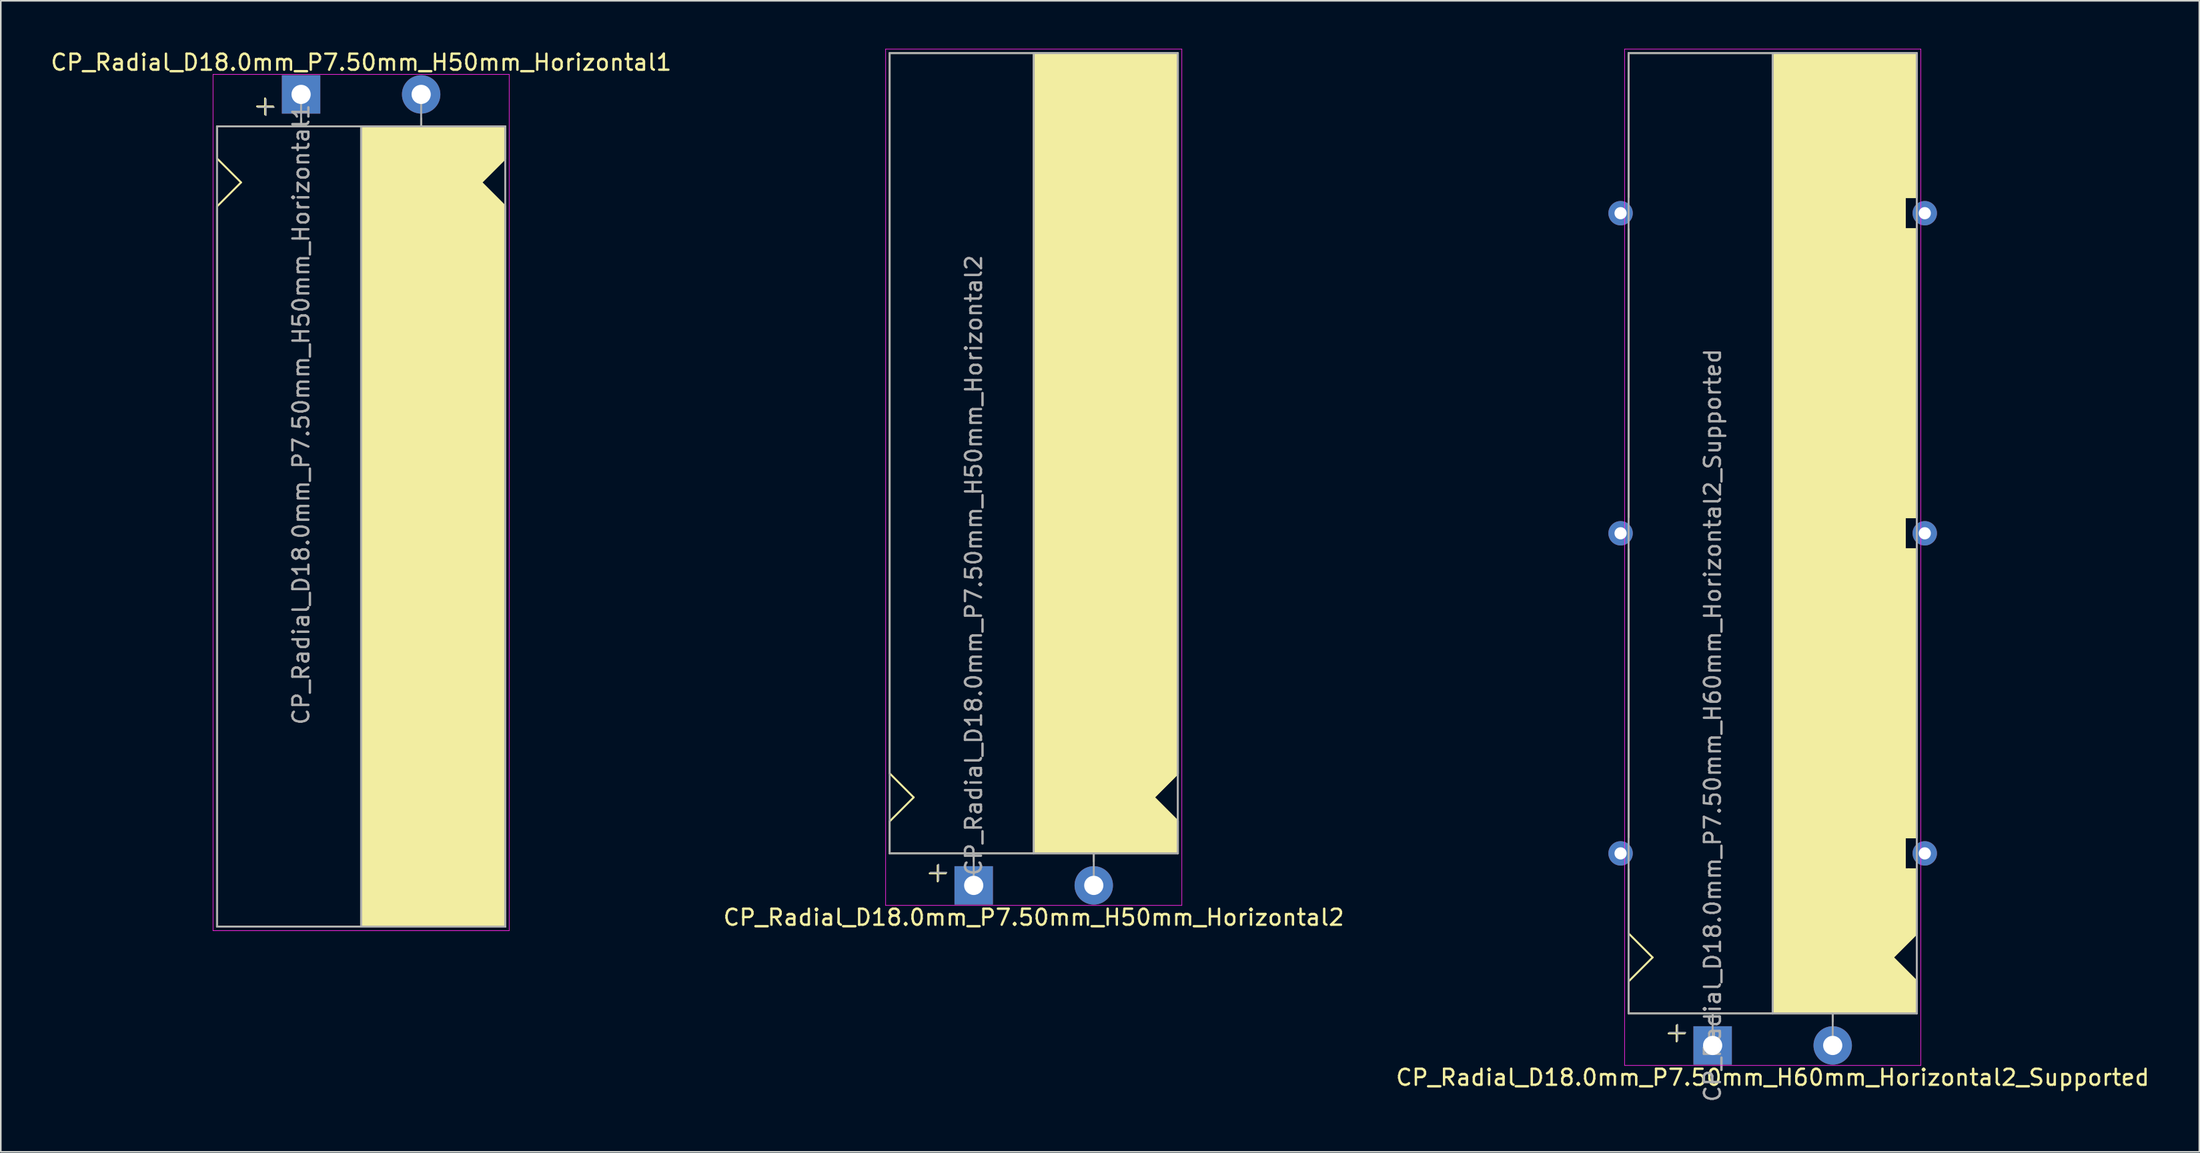
<source format=kicad_pcb>
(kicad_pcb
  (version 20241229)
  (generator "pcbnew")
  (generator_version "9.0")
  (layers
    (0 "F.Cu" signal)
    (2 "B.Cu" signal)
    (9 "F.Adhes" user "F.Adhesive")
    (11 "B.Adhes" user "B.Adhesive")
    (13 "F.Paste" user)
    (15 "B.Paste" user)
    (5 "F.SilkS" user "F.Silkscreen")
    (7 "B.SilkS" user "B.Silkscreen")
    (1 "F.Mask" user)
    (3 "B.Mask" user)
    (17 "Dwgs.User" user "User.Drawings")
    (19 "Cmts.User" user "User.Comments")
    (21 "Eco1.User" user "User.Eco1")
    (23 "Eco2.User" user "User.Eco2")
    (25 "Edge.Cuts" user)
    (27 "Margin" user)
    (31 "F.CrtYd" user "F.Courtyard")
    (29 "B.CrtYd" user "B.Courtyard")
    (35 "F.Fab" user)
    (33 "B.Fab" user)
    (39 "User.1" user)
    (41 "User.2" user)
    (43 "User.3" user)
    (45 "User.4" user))
  (footprint "CP_Radial_D18.0mm_P7.50mm_H60mm_Horizontal2_Supported"
    (layer "F.Cu")
    (at 103.923 62.27)
    (property "Reference" "CP_Radial_D18.0mm_P7.50mm_H60mm_Horizontal2_Supported" (at 3.75 2 0) (layer "F.SilkS") (effects (font (size 1 1) (thickness 0.15))))
    (attr through_hole)
    (fp_line (start -5.25 -62) (end 12.75 -62) (stroke (width 0.12) (type solid)) (layer "F.SilkS"))
    (fp_line (start -5.25 -53) (end -5.25 -62) (stroke (width 0.12) (type solid)) (layer "F.SilkS"))
    (fp_line (start -5.25 -33) (end -5.25 -51) (stroke (width 0.12) (type solid)) (layer "F.SilkS"))
    (fp_line (start -5.25 -13) (end -5.25 -31) (stroke (width 0.12) (type solid)) (layer "F.SilkS"))
    (fp_line (start -5.25 -11) (end -5.25 -7) (stroke (width 0.12) (type solid)) (layer "F.SilkS"))
    (fp_line (start -5.25 -7) (end -3.75 -5.5) (stroke (width 0.12) (type solid)) (layer "F.SilkS"))
    (fp_line (start -5.25 -4) (end -3.75 -5.5) (stroke (width 0.12) (type solid)) (layer "F.SilkS"))
    (fp_line (start -5.25 -2) (end -5.25 -4) (stroke (width 0.12) (type solid)) (layer "F.SilkS"))
    (fp_line (start -5.25 -2) (end 12.75 -2) (stroke (width 0.12) (type solid)) (layer "F.SilkS"))
    (fp_line (start -2.25 -1.25) (end -2.25 -0.25) (stroke (width 0.12) (type solid)) (layer "F.SilkS"))
    (fp_line (start -1.75 -0.75) (end -2.75 -0.75) (stroke (width 0.12) (type solid)) (layer "F.SilkS"))
    (fp_line (start 0 -1.5) (end 0 -2) (stroke (width 0.12) (type solid)) (layer "F.SilkS"))
    (fp_line (start 3.75 -2) (end 3.75 -62) (stroke (width 0.12) (type solid)) (layer "F.SilkS"))
    (fp_line (start 7.5 -1.5) (end 7.5 -2) (stroke (width 0.12) (type solid)) (layer "F.SilkS"))
    (fp_line (start 12 -53) (end 12.75 -53) (stroke (width 0.12) (type solid)) (layer "F.SilkS"))
    (fp_line (start 12 -51) (end 12 -53) (stroke (width 0.12) (type solid)) (layer "F.SilkS"))
    (fp_line (start 12 -33) (end 12.75 -33) (stroke (width 0.12) (type solid)) (layer "F.SilkS"))
    (fp_line (start 12 -31) (end 12 -33) (stroke (width 0.12) (type solid)) (layer "F.SilkS"))
    (fp_line (start 12 -13) (end 12.75 -13) (stroke (width 0.12) (type solid)) (layer "F.SilkS"))
    (fp_line (start 12 -11) (end 12 -13) (stroke (width 0.12) (type solid)) (layer "F.SilkS"))
    (fp_line (start 12.25 -11) (end 12 -11) (stroke (width 0.12) (type solid)) (layer "F.SilkS"))
    (fp_line (start 12.75 -53) (end 12.75 -62) (stroke (width 0.12) (type solid)) (layer "F.SilkS"))
    (fp_line (start 12.75 -51) (end 12 -51) (stroke (width 0.12) (type solid)) (layer "F.SilkS"))
    (fp_line (start 12.75 -33) (end 12.75 -51) (stroke (width 0.12) (type solid)) (layer "F.SilkS"))
    (fp_line (start 12.75 -31) (end 12 -31) (stroke (width 0.12) (type solid)) (layer "F.SilkS"))
    (fp_line (start 12.75 -13) (end 12.75 -31) (stroke (width 0.12) (type solid)) (layer "F.SilkS"))
    (fp_line (start 12.75 -11) (end 12.25 -11) (stroke (width 0.12) (type solid)) (layer "F.SilkS"))
    (fp_line (start 12.75 -11) (end 12.75 -7) (stroke (width 0.12) (type solid)) (layer "F.SilkS"))
    (fp_line (start 12.75 -7) (end 11.25 -5.5) (stroke (width 0.12) (type solid)) (layer "F.SilkS"))
    (fp_line (start 12.75 -4) (end 11.25 -5.5) (stroke (width 0.12) (type solid)) (layer "F.SilkS"))
    (fp_line (start 12.75 -2) (end 12.75 -4) (stroke (width 0.12) (type solid)) (layer "F.SilkS"))
    (fp_poly (pts (xy 12.75 -4) (xy 11.25 -5.5) (xy 12.75 -7) (xy 12.75 -11) (xy 12 -11) (xy 12 -13) (xy 12.75 -13) (xy 12.75 -31) (xy 12 -31) (xy 12 -33) (xy 12.75 -33) (xy 12.75 -51) (xy 12 -51) (xy 12 -53) (xy 12.75 -53) (xy 12.75 -62) (xy 3.75 -62) (xy 3.75 -2) (xy 12.75 -2)) (stroke (width 0.1) (type solid)) (fill yes) (layer "F.SilkS"))
    (fp_line (start -5.5 -62.25) (end 13 -62.25) (stroke (width 0.04) (type solid)) (layer "F.CrtYd"))
    (fp_line (start -5.5 1.25) (end -5.5 -62.25) (stroke (width 0.04) (type solid)) (layer "F.CrtYd"))
    (fp_line (start 13 -62.25) (end 13 1.25) (stroke (width 0.04) (type solid)) (layer "F.CrtYd"))
    (fp_line (start 13 1.25) (end -5.5 1.25) (stroke (width 0.04) (type solid)) (layer "F.CrtYd"))
    (fp_line (start -5.25 -62) (end 12.75 -62) (stroke (width 0.12) (type solid)) (layer "F.Fab"))
    (fp_line (start -5.25 -2) (end -5.25 -62) (stroke (width 0.12) (type solid)) (layer "F.Fab"))
    (fp_line (start -2.7 -0.8) (end -1.7 -0.8) (stroke (width 0.1) (type solid)) (layer "F.Fab"))
    (fp_line (start -2.2 -0.3) (end -2.2 -1.3) (stroke (width 0.1) (type solid)) (layer "F.Fab"))
    (fp_line (start 0 0) (end 0 -2) (stroke (width 0.12) (type solid)) (layer "F.Fab"))
    (fp_line (start 3.75 -2) (end 3.75 -62) (stroke (width 0.12) (type solid)) (layer "F.Fab"))
    (fp_line (start 7.5 0) (end 7.5 -2) (stroke (width 0.12) (type solid)) (layer "F.Fab"))
    (fp_line (start 12.75 -62) (end 12.75 -2) (stroke (width 0.12) (type solid)) (layer "F.Fab"))
    (fp_line (start 12.75 -2) (end -5.25 -2) (stroke (width 0.12) (type solid)) (layer "F.Fab"))
    (fp_poly (pts (xy 12.75 -62) (xy 3.75 -62) (xy 3.75 -2) (xy 12.75 -2)) (stroke (width 0.1) (type solid)) (fill no) (layer "F.Fab"))
    (fp_text user "${REFERENCE}" (at 0 -20 90) (layer "F.Fab") (effects (font (size 1 1) (thickness 0.15))))
    (pad "" thru_hole circle (at -5.75 -52 180) (size 1.524 1.524) (drill 0.762) (layers "*.Cu" "*.Mask"))
    (pad "" thru_hole circle (at -5.75 -32 180) (size 1.524 1.524) (drill 0.762) (layers "*.Cu" "*.Mask"))
    (pad "" thru_hole circle (at -5.75 -12 180) (size 1.524 1.524) (drill 0.762) (layers "*.Cu" "*.Mask"))
    (pad "" thru_hole circle (at 13.25 -52 180) (size 1.524 1.524) (drill 0.762) (layers "*.Cu" "*.Mask"))
    (pad "" thru_hole circle (at 13.25 -32 180) (size 1.524 1.524) (drill 0.762) (layers "*.Cu" "*.Mask"))
    (pad "" thru_hole circle (at 13.25 -12 180) (size 1.524 1.524) (drill 0.762) (layers "*.Cu" "*.Mask"))
    (pad "1" thru_hole rect (at 0 0) (size 2.4 2.4) (drill 1.2) (layers "*.Cu" "*.Mask"))
    (pad "2" thru_hole circle (at 7.5 0) (size 2.4 2.4) (drill 1.2) (layers "*.Cu" "*.Mask")))
  (footprint "CP_Radial_D18.0mm_P7.50mm_H50mm_Horizontal1"
    (layer "F.Cu")
    (at 15.756 2.848)
    (property "Reference" "CP_Radial_D18.0mm_P7.50mm_H50mm_Horizontal1" (at 3.75 -2 0) (layer "F.SilkS") (effects (font (size 1 1) (thickness 0.15))))
    (attr through_hole)
    (fp_line (start -5.25 2) (end -5.25 4) (stroke (width 0.12) (type solid)) (layer "F.SilkS"))
    (fp_line (start -5.25 2) (end 12.75 2) (stroke (width 0.12) (type solid)) (layer "F.SilkS"))
    (fp_line (start -5.25 4) (end -3.75 5.5) (stroke (width 0.12) (type solid)) (layer "F.SilkS"))
    (fp_line (start -5.25 7) (end -5.25 52) (stroke (width 0.12) (type solid)) (layer "F.SilkS"))
    (fp_line (start -5.25 7) (end -3.75 5.5) (stroke (width 0.12) (type solid)) (layer "F.SilkS"))
    (fp_line (start -5.25 52) (end 12.75 52) (stroke (width 0.12) (type solid)) (layer "F.SilkS"))
    (fp_line (start -2.25 0.25) (end -2.25 1.25) (stroke (width 0.12) (type solid)) (layer "F.SilkS"))
    (fp_line (start -1.75 0.75) (end -2.75 0.75) (stroke (width 0.12) (type solid)) (layer "F.SilkS"))
    (fp_line (start 0 1.5) (end 0 2) (stroke (width 0.12) (type solid)) (layer "F.SilkS"))
    (fp_line (start 3.75 2) (end 3.75 52) (stroke (width 0.12) (type solid)) (layer "F.SilkS"))
    (fp_line (start 7.5 1.5) (end 7.5 2) (stroke (width 0.12) (type solid)) (layer "F.SilkS"))
    (fp_line (start 12.75 2) (end 12.75 4) (stroke (width 0.12) (type solid)) (layer "F.SilkS"))
    (fp_line (start 12.75 4) (end 11.25 5.5) (stroke (width 0.12) (type solid)) (layer "F.SilkS"))
    (fp_line (start 12.75 7) (end 11.25 5.5) (stroke (width 0.12) (type solid)) (layer "F.SilkS"))
    (fp_line (start 12.75 52) (end 12.75 7) (stroke (width 0.12) (type solid)) (layer "F.SilkS"))
    (fp_poly (pts (xy 12.75 4) (xy 11.25 5.5) (xy 12.75 7) (xy 12.75 52) (xy 3.75 52) (xy 3.75 2) (xy 12.75 2)) (stroke (width 0.1) (type solid)) (fill yes) (layer "F.SilkS"))
    (fp_line (start -5.5 -1.25) (end -5.5 52.25) (stroke (width 0.04) (type solid)) (layer "F.CrtYd"))
    (fp_line (start -5.5 52.25) (end 13 52.25) (stroke (width 0.04) (type solid)) (layer "F.CrtYd"))
    (fp_line (start 13 -1.25) (end -5.5 -1.25) (stroke (width 0.04) (type solid)) (layer "F.CrtYd"))
    (fp_line (start 13 52.25) (end 13 -1.25) (stroke (width 0.04) (type solid)) (layer "F.CrtYd"))
    (fp_line (start -5.25 2) (end -5.25 52) (stroke (width 0.12) (type solid)) (layer "F.Fab"))
    (fp_line (start -5.25 52) (end 12.75 52) (stroke (width 0.12) (type solid)) (layer "F.Fab"))
    (fp_line (start -2.7 0.8) (end -1.7 0.8) (stroke (width 0.1) (type solid)) (layer "F.Fab"))
    (fp_line (start -2.2 1.3) (end -2.2 0.3) (stroke (width 0.1) (type solid)) (layer "F.Fab"))
    (fp_line (start 0 0) (end 0 2) (stroke (width 0.12) (type solid)) (layer "F.Fab"))
    (fp_line (start 3.75 2) (end 3.75 52) (stroke (width 0.12) (type solid)) (layer "F.Fab"))
    (fp_line (start 7.5 0) (end 7.5 2) (stroke (width 0.12) (type solid)) (layer "F.Fab"))
    (fp_line (start 12.75 2) (end -5.25 2) (stroke (width 0.12) (type solid)) (layer "F.Fab"))
    (fp_line (start 12.75 52) (end 12.75 2) (stroke (width 0.12) (type solid)) (layer "F.Fab"))
    (fp_poly (pts (xy 12.75 52) (xy 3.75 52) (xy 3.75 2) (xy 12.75 2)) (stroke (width 0.1) (type solid)) (fill no) (layer "F.Fab"))
    (fp_text user "${REFERENCE}" (at 0 20 90) (layer "F.Fab") (effects (font (size 1 1) (thickness 0.15))))
    (pad "1" thru_hole rect (at 0 0) (size 2.4 2.4) (drill 1.2) (layers "*.Cu" "*.Mask"))
    (pad "2" thru_hole circle (at 7.5 0) (size 2.4 2.4) (drill 1.2) (layers "*.Cu" "*.Mask")))
  (footprint "CP_Radial_D18.0mm_P7.50mm_H50mm_Horizontal2"
    (layer "F.Cu")
    (at 57.768 52.27)
    (property "Reference" "CP_Radial_D18.0mm_P7.50mm_H50mm_Horizontal2" (at 3.75 2 0) (layer "F.SilkS") (effects (font (size 1 1) (thickness 0.15))))
    (attr through_hole)
    (fp_line (start -5.25 -52) (end 12.75 -52) (stroke (width 0.12) (type solid)) (layer "F.SilkS"))
    (fp_line (start -5.25 -7) (end -5.25 -52) (stroke (width 0.12) (type solid)) (layer "F.SilkS"))
    (fp_line (start -5.25 -7) (end -3.75 -5.5) (stroke (width 0.12) (type solid)) (layer "F.SilkS"))
    (fp_line (start -5.25 -4) (end -3.75 -5.5) (stroke (width 0.12) (type solid)) (layer "F.SilkS"))
    (fp_line (start -5.25 -2) (end -5.25 -4) (stroke (width 0.12) (type solid)) (layer "F.SilkS"))
    (fp_line (start -5.25 -2) (end 12.75 -2) (stroke (width 0.12) (type solid)) (layer "F.SilkS"))
    (fp_line (start -2.25 -1.25) (end -2.25 -0.25) (stroke (width 0.12) (type solid)) (layer "F.SilkS"))
    (fp_line (start -1.75 -0.75) (end -2.75 -0.75) (stroke (width 0.12) (type solid)) (layer "F.SilkS"))
    (fp_line (start 0 -1.5) (end 0 -2) (stroke (width 0.12) (type solid)) (layer "F.SilkS"))
    (fp_line (start 3.75 -2) (end 3.75 -52) (stroke (width 0.12) (type solid)) (layer "F.SilkS"))
    (fp_line (start 7.5 -1.5) (end 7.5 -2) (stroke (width 0.12) (type solid)) (layer "F.SilkS"))
    (fp_line (start 12.75 -52) (end 12.75 -7) (stroke (width 0.12) (type solid)) (layer "F.SilkS"))
    (fp_line (start 12.75 -7) (end 11.25 -5.5) (stroke (width 0.12) (type solid)) (layer "F.SilkS"))
    (fp_line (start 12.75 -4) (end 11.25 -5.5) (stroke (width 0.12) (type solid)) (layer "F.SilkS"))
    (fp_line (start 12.75 -2) (end 12.75 -4) (stroke (width 0.12) (type solid)) (layer "F.SilkS"))
    (fp_poly (pts (xy 12.75 -4) (xy 11.25 -5.5) (xy 12.75 -7) (xy 12.75 -52) (xy 3.75 -52) (xy 3.75 -2) (xy 12.75 -2)) (stroke (width 0.1) (type solid)) (fill yes) (layer "F.SilkS"))
    (fp_line (start -5.5 -52.25) (end 13 -52.25) (stroke (width 0.04) (type solid)) (layer "F.CrtYd"))
    (fp_line (start -5.5 1.25) (end -5.5 -52.25) (stroke (width 0.04) (type solid)) (layer "F.CrtYd"))
    (fp_line (start 13 -52.25) (end 13 1.25) (stroke (width 0.04) (type solid)) (layer "F.CrtYd"))
    (fp_line (start 13 1.25) (end -5.5 1.25) (stroke (width 0.04) (type solid)) (layer "F.CrtYd"))
    (fp_line (start -5.25 -52) (end 12.75 -52) (stroke (width 0.12) (type solid)) (layer "F.Fab"))
    (fp_line (start -5.25 -2) (end -5.25 -52) (stroke (width 0.12) (type solid)) (layer "F.Fab"))
    (fp_line (start -2.7 -0.8) (end -1.7 -0.8) (stroke (width 0.1) (type solid)) (layer "F.Fab"))
    (fp_line (start -2.2 -0.3) (end -2.2 -1.3) (stroke (width 0.1) (type solid)) (layer "F.Fab"))
    (fp_line (start 0 0) (end 0 -2) (stroke (width 0.12) (type solid)) (layer "F.Fab"))
    (fp_line (start 3.75 -2) (end 3.75 -52) (stroke (width 0.12) (type solid)) (layer "F.Fab"))
    (fp_line (start 7.5 0) (end 7.5 -2) (stroke (width 0.12) (type solid)) (layer "F.Fab"))
    (fp_line (start 12.75 -52) (end 12.75 -2) (stroke (width 0.12) (type solid)) (layer "F.Fab"))
    (fp_line (start 12.75 -2) (end -5.25 -2) (stroke (width 0.12) (type solid)) (layer "F.Fab"))
    (fp_poly (pts (xy 12.75 -52) (xy 3.75 -52) (xy 3.75 -2) (xy 12.75 -2)) (stroke (width 0.1) (type solid)) (fill no) (layer "F.Fab"))
    (fp_text user "${REFERENCE}" (at 0 -20 90) (layer "F.Fab") (effects (font (size 1 1) (thickness 0.15))))
    (pad "1" thru_hole rect (at 0 0) (size 2.4 2.4) (drill 1.2) (layers "*.Cu" "*.Mask"))
    (pad "2" thru_hole circle (at 7.5 0) (size 2.4 2.4) (drill 1.2) (layers "*.Cu" "*.Mask")))
  (gr_rect
    (start -3 -3)
    (end 134.321 68.919)
    (stroke (width 0.1) (type default))
    (fill no)
    (layer "Edge.Cuts")))
</source>
